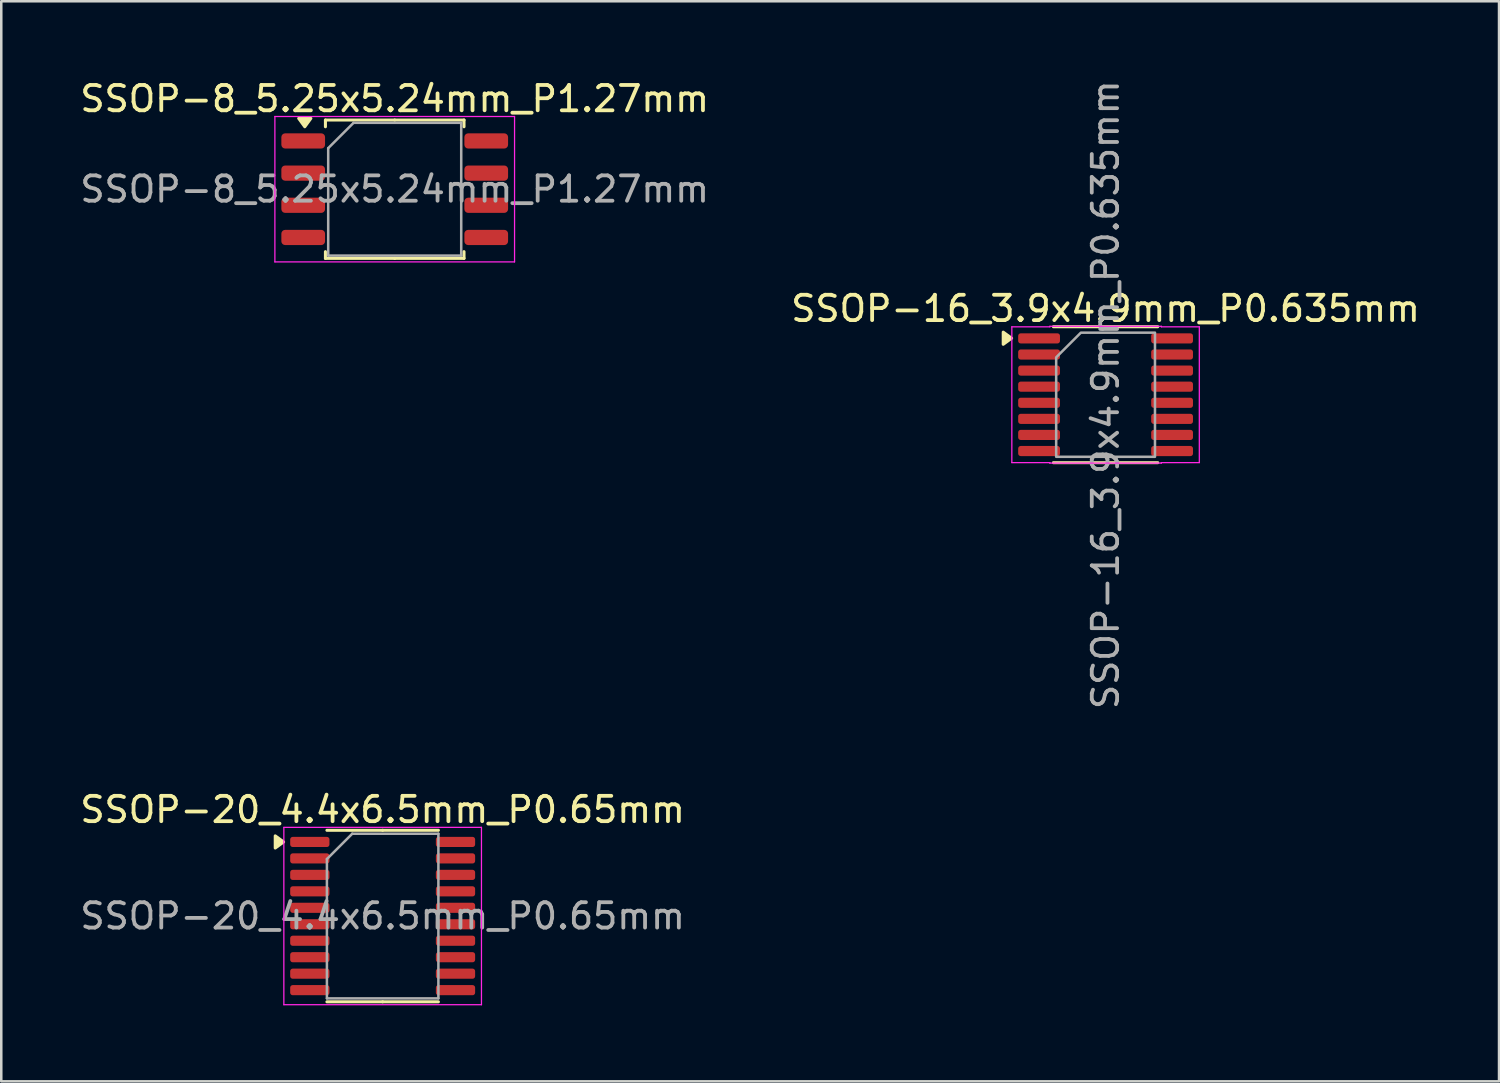
<source format=kicad_pcb>
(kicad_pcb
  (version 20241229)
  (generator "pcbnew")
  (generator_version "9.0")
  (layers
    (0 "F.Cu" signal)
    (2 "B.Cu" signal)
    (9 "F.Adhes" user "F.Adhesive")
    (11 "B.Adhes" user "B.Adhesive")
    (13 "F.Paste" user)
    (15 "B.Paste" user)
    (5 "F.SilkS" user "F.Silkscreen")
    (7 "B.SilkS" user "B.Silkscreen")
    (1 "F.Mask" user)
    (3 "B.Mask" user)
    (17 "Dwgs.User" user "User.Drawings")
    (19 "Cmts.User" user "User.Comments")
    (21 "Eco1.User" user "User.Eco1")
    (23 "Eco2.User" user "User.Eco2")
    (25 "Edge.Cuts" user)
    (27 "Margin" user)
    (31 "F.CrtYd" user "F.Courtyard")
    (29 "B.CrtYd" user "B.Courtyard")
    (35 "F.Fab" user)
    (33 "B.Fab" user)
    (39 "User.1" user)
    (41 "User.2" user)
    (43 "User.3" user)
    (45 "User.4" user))
  (footprint "SSOP-8_5.25x5.24mm_P1.27mm"
    (layer "F.Cu")
    (at 12.53 4.418)
    (property "Reference" "SSOP-8_5.25x5.24mm_P1.27mm" (at 0 -3.57 0) (layer "F.SilkS") (effects (font (size 1 1) (thickness 0.15))))
    (attr smd)
    (fp_line (start -2.735 -2.73) (end -2.735 -2.465) (stroke (width 0.12) (type solid)) (layer "F.SilkS"))
    (fp_line (start -2.735 2.73) (end -2.735 2.465) (stroke (width 0.12) (type solid)) (layer "F.SilkS"))
    (fp_line (start 0 -2.73) (end -2.735 -2.73) (stroke (width 0.12) (type solid)) (layer "F.SilkS"))
    (fp_line (start 0 -2.73) (end 2.735 -2.73) (stroke (width 0.12) (type solid)) (layer "F.SilkS"))
    (fp_line (start 0 2.73) (end -2.735 2.73) (stroke (width 0.12) (type solid)) (layer "F.SilkS"))
    (fp_line (start 0 2.73) (end 2.735 2.73) (stroke (width 0.12) (type solid)) (layer "F.SilkS"))
    (fp_line (start 2.735 -2.73) (end 2.735 -2.465) (stroke (width 0.12) (type solid)) (layer "F.SilkS"))
    (fp_line (start 2.735 2.73) (end 2.735 2.465) (stroke (width 0.12) (type solid)) (layer "F.SilkS"))
    (fp_poly (pts (xy -3.55 -2.465) (xy -3.79 -2.795) (xy -3.31 -2.795) (xy -3.55 -2.465)) (stroke (width 0.12) (type solid)) (fill yes) (layer "F.SilkS"))
    (fp_line (start -4.73 -2.87) (end -4.73 2.87) (stroke (width 0.05) (type solid)) (layer "F.CrtYd"))
    (fp_line (start -4.73 2.87) (end 4.73 2.87) (stroke (width 0.05) (type solid)) (layer "F.CrtYd"))
    (fp_line (start 4.73 -2.87) (end -4.73 -2.87) (stroke (width 0.05) (type solid)) (layer "F.CrtYd"))
    (fp_line (start 4.73 2.87) (end 4.73 -2.87) (stroke (width 0.05) (type solid)) (layer "F.CrtYd"))
    (fp_line (start -2.625 -1.62) (end -1.625 -2.62) (stroke (width 0.1) (type solid)) (layer "F.Fab"))
    (fp_line (start -2.625 2.62) (end -2.625 -1.62) (stroke (width 0.1) (type solid)) (layer "F.Fab"))
    (fp_line (start -1.625 -2.62) (end 2.625 -2.62) (stroke (width 0.1) (type solid)) (layer "F.Fab"))
    (fp_line (start 2.625 -2.62) (end 2.625 2.62) (stroke (width 0.1) (type solid)) (layer "F.Fab"))
    (fp_line (start 2.625 2.62) (end -2.625 2.62) (stroke (width 0.1) (type solid)) (layer "F.Fab"))
    (fp_text user "${REFERENCE}" (at 0 0 0) (layer "F.Fab") (effects (font (size 1 1) (thickness 0.15))))
    (pad "1" smd roundrect (at -3.612 -1.905) (size 1.725 0.6) (layers "F.Cu" "F.Mask" "F.Paste") (roundrect_rratio 0.25))
    (pad "2" smd roundrect (at -3.612 -0.635) (size 1.725 0.6) (layers "F.Cu" "F.Mask" "F.Paste") (roundrect_rratio 0.25))
    (pad "3" smd roundrect (at -3.612 0.635) (size 1.725 0.6) (layers "F.Cu" "F.Mask" "F.Paste") (roundrect_rratio 0.25))
    (pad "4" smd roundrect (at -3.612 1.905) (size 1.725 0.6) (layers "F.Cu" "F.Mask" "F.Paste") (roundrect_rratio 0.25))
    (pad "5" smd roundrect (at 3.612 1.905) (size 1.725 0.6) (layers "F.Cu" "F.Mask" "F.Paste") (roundrect_rratio 0.25))
    (pad "6" smd roundrect (at 3.612 0.635) (size 1.725 0.6) (layers "F.Cu" "F.Mask" "F.Paste") (roundrect_rratio 0.25))
    (pad "7" smd roundrect (at 3.612 -0.635) (size 1.725 0.6) (layers "F.Cu" "F.Mask" "F.Paste") (roundrect_rratio 0.25))
    (pad "8" smd roundrect (at 3.612 -1.905) (size 1.725 0.6) (layers "F.Cu" "F.Mask" "F.Paste") (roundrect_rratio 0.25)))
  (footprint "SSOP-20_4.4x6.5mm_P0.65mm"
    (layer "F.Cu")
    (at 12.054 33.108)
    (property "Reference" "SSOP-20_4.4x6.5mm_P0.65mm" (at 0 -4.2 0) (layer "F.SilkS") (effects (font (size 1 1) (thickness 0.15))))
    (attr smd)
    (fp_line (start 0 -3.385) (end -2.2 -3.385) (stroke (width 0.12) (type solid)) (layer "F.SilkS"))
    (fp_line (start 0 -3.385) (end 2.2 -3.385) (stroke (width 0.12) (type solid)) (layer "F.SilkS"))
    (fp_line (start 0 3.385) (end -2.2 3.385) (stroke (width 0.12) (type solid)) (layer "F.SilkS"))
    (fp_line (start 0 3.385) (end 2.2 3.385) (stroke (width 0.12) (type solid)) (layer "F.SilkS"))
    (fp_poly (pts (xy -3.91 -2.925) (xy -4.24 -2.685) (xy -4.24 -3.165) (xy -3.91 -2.925)) (stroke (width 0.12) (type solid)) (fill yes) (layer "F.SilkS"))
    (fp_line (start -3.9 -3.5) (end -3.9 3.5) (stroke (width 0.05) (type solid)) (layer "F.CrtYd"))
    (fp_line (start -3.9 3.5) (end 3.9 3.5) (stroke (width 0.05) (type solid)) (layer "F.CrtYd"))
    (fp_line (start 3.9 -3.5) (end -3.9 -3.5) (stroke (width 0.05) (type solid)) (layer "F.CrtYd"))
    (fp_line (start 3.9 3.5) (end 3.9 -3.5) (stroke (width 0.05) (type solid)) (layer "F.CrtYd"))
    (fp_line (start -2.2 -2.25) (end -1.2 -3.25) (stroke (width 0.1) (type solid)) (layer "F.Fab"))
    (fp_line (start -2.2 3.25) (end -2.2 -2.25) (stroke (width 0.1) (type solid)) (layer "F.Fab"))
    (fp_line (start -1.2 -3.25) (end 2.2 -3.25) (stroke (width 0.1) (type solid)) (layer "F.Fab"))
    (fp_line (start 2.2 -3.25) (end 2.2 3.25) (stroke (width 0.1) (type solid)) (layer "F.Fab"))
    (fp_line (start 2.2 3.25) (end -2.2 3.25) (stroke (width 0.1) (type solid)) (layer "F.Fab"))
    (fp_text user "${REFERENCE}" (at 0 0 0) (layer "F.Fab") (effects (font (size 1 1) (thickness 0.15))))
    (pad "1" smd roundrect (at -2.875 -2.925) (size 1.55 0.4) (layers "F.Cu" "F.Mask" "F.Paste") (roundrect_rratio 0.25))
    (pad "2" smd roundrect (at -2.875 -2.275) (size 1.55 0.4) (layers "F.Cu" "F.Mask" "F.Paste") (roundrect_rratio 0.25))
    (pad "3" smd roundrect (at -2.875 -1.625) (size 1.55 0.4) (layers "F.Cu" "F.Mask" "F.Paste") (roundrect_rratio 0.25))
    (pad "4" smd roundrect (at -2.875 -0.975) (size 1.55 0.4) (layers "F.Cu" "F.Mask" "F.Paste") (roundrect_rratio 0.25))
    (pad "5" smd roundrect (at -2.875 -0.325) (size 1.55 0.4) (layers "F.Cu" "F.Mask" "F.Paste") (roundrect_rratio 0.25))
    (pad "6" smd roundrect (at -2.875 0.325) (size 1.55 0.4) (layers "F.Cu" "F.Mask" "F.Paste") (roundrect_rratio 0.25))
    (pad "7" smd roundrect (at -2.875 0.975) (size 1.55 0.4) (layers "F.Cu" "F.Mask" "F.Paste") (roundrect_rratio 0.25))
    (pad "8" smd roundrect (at -2.875 1.625) (size 1.55 0.4) (layers "F.Cu" "F.Mask" "F.Paste") (roundrect_rratio 0.25))
    (pad "9" smd roundrect (at -2.875 2.275) (size 1.55 0.4) (layers "F.Cu" "F.Mask" "F.Paste") (roundrect_rratio 0.25))
    (pad "10" smd roundrect (at -2.875 2.925) (size 1.55 0.4) (layers "F.Cu" "F.Mask" "F.Paste") (roundrect_rratio 0.25))
    (pad "11" smd roundrect (at 2.875 2.925) (size 1.55 0.4) (layers "F.Cu" "F.Mask" "F.Paste") (roundrect_rratio 0.25))
    (pad "12" smd roundrect (at 2.875 2.275) (size 1.55 0.4) (layers "F.Cu" "F.Mask" "F.Paste") (roundrect_rratio 0.25))
    (pad "13" smd roundrect (at 2.875 1.625) (size 1.55 0.4) (layers "F.Cu" "F.Mask" "F.Paste") (roundrect_rratio 0.25))
    (pad "14" smd roundrect (at 2.875 0.975) (size 1.55 0.4) (layers "F.Cu" "F.Mask" "F.Paste") (roundrect_rratio 0.25))
    (pad "15" smd roundrect (at 2.875 0.325) (size 1.55 0.4) (layers "F.Cu" "F.Mask" "F.Paste") (roundrect_rratio 0.25))
    (pad "16" smd roundrect (at 2.875 -0.325) (size 1.55 0.4) (layers "F.Cu" "F.Mask" "F.Paste") (roundrect_rratio 0.25))
    (pad "17" smd roundrect (at 2.875 -0.975) (size 1.55 0.4) (layers "F.Cu" "F.Mask" "F.Paste") (roundrect_rratio 0.25))
    (pad "18" smd roundrect (at 2.875 -1.625) (size 1.55 0.4) (layers "F.Cu" "F.Mask" "F.Paste") (roundrect_rratio 0.25))
    (pad "19" smd roundrect (at 2.875 -2.275) (size 1.55 0.4) (layers "F.Cu" "F.Mask" "F.Paste") (roundrect_rratio 0.25))
    (pad "20" smd roundrect (at 2.875 -2.925) (size 1.55 0.4) (layers "F.Cu" "F.Mask" "F.Paste") (roundrect_rratio 0.25)))
  (footprint "SSOP-16_3.9x4.9mm_P0.635mm"
    (layer "F.Cu")
    (at 40.589 12.53)
    (property "Reference" "SSOP-16_3.9x4.9mm_P0.635mm" (at 0 -3.4 0) (layer "F.SilkS") (effects (font (size 1 1) (thickness 0.15))))
    (attr smd)
    (fp_line (start -2.06 -2.683) (end 2.06 -2.683) (stroke (width 0.12) (type solid)) (layer "F.SilkS"))
    (fp_line (start 2.06 2.683) (end -2.06 2.683) (stroke (width 0.12) (type solid)) (layer "F.SilkS"))
    (fp_poly (pts (xy -3.71 -2.23) (xy -4.04 -1.99) (xy -4.04 -2.47)) (stroke (width 0.12) (type solid)) (fill yes) (layer "F.SilkS"))
    (fp_line (start -3.7 -2.68) (end -2.2 -2.68) (stroke (width 0.05) (type solid)) (layer "F.CrtYd"))
    (fp_line (start -3.7 2.68) (end -3.7 -2.68) (stroke (width 0.05) (type solid)) (layer "F.CrtYd"))
    (fp_line (start -2.2 -2.7) (end 2.2 -2.7) (stroke (width 0.05) (type solid)) (layer "F.CrtYd"))
    (fp_line (start -2.2 -2.68) (end -2.2 -2.7) (stroke (width 0.05) (type solid)) (layer "F.CrtYd"))
    (fp_line (start -2.2 2.68) (end -3.7 2.68) (stroke (width 0.05) (type solid)) (layer "F.CrtYd"))
    (fp_line (start -2.2 2.7) (end -2.2 2.68) (stroke (width 0.05) (type solid)) (layer "F.CrtYd"))
    (fp_line (start 2.2 -2.7) (end 2.2 -2.68) (stroke (width 0.05) (type solid)) (layer "F.CrtYd"))
    (fp_line (start 2.2 -2.68) (end 3.7 -2.68) (stroke (width 0.05) (type solid)) (layer "F.CrtYd"))
    (fp_line (start 2.2 2.68) (end 2.2 2.7) (stroke (width 0.05) (type solid)) (layer "F.CrtYd"))
    (fp_line (start 2.2 2.7) (end -2.2 2.7) (stroke (width 0.05) (type solid)) (layer "F.CrtYd"))
    (fp_line (start 3.7 -2.68) (end 3.7 2.68) (stroke (width 0.05) (type solid)) (layer "F.CrtYd"))
    (fp_line (start 3.7 2.68) (end 2.2 2.68) (stroke (width 0.05) (type solid)) (layer "F.CrtYd"))
    (fp_poly (pts (xy -0.975 -2.45) (xy 1.95 -2.45) (xy 1.95 2.45) (xy -1.95 2.45) (xy -1.95 -1.475)) (stroke (width 0.1) (type solid)) (fill no) (layer "F.Fab"))
    (fp_text user "${REFERENCE}" (at 0 0 90) (layer "F.Fab") (effects (font (size 1 1) (thickness 0.15))))
    (pad "1" smd roundrect (at -2.625 -2.223) (size 1.65 0.4) (layers "F.Cu" "F.Mask" "F.Paste") (roundrect_rratio 0.25))
    (pad "2" smd roundrect (at -2.625 -1.587) (size 1.65 0.4) (layers "F.Cu" "F.Mask" "F.Paste") (roundrect_rratio 0.25))
    (pad "3" smd roundrect (at -2.625 -0.953) (size 1.65 0.4) (layers "F.Cu" "F.Mask" "F.Paste") (roundrect_rratio 0.25))
    (pad "4" smd roundrect (at -2.625 -0.318) (size 1.65 0.4) (layers "F.Cu" "F.Mask" "F.Paste") (roundrect_rratio 0.25))
    (pad "5" smd roundrect (at -2.625 0.318) (size 1.65 0.4) (layers "F.Cu" "F.Mask" "F.Paste") (roundrect_rratio 0.25))
    (pad "6" smd roundrect (at -2.625 0.953) (size 1.65 0.4) (layers "F.Cu" "F.Mask" "F.Paste") (roundrect_rratio 0.25))
    (pad "7" smd roundrect (at -2.625 1.587) (size 1.65 0.4) (layers "F.Cu" "F.Mask" "F.Paste") (roundrect_rratio 0.25))
    (pad "8" smd roundrect (at -2.625 2.223) (size 1.65 0.4) (layers "F.Cu" "F.Mask" "F.Paste") (roundrect_rratio 0.25))
    (pad "9" smd roundrect (at 2.625 2.223) (size 1.65 0.4) (layers "F.Cu" "F.Mask" "F.Paste") (roundrect_rratio 0.25))
    (pad "10" smd roundrect (at 2.625 1.587) (size 1.65 0.4) (layers "F.Cu" "F.Mask" "F.Paste") (roundrect_rratio 0.25))
    (pad "11" smd roundrect (at 2.625 0.953) (size 1.65 0.4) (layers "F.Cu" "F.Mask" "F.Paste") (roundrect_rratio 0.25))
    (pad "12" smd roundrect (at 2.625 0.318) (size 1.65 0.4) (layers "F.Cu" "F.Mask" "F.Paste") (roundrect_rratio 0.25))
    (pad "13" smd roundrect (at 2.625 -0.318) (size 1.65 0.4) (layers "F.Cu" "F.Mask" "F.Paste") (roundrect_rratio 0.25))
    (pad "14" smd roundrect (at 2.625 -0.953) (size 1.65 0.4) (layers "F.Cu" "F.Mask" "F.Paste") (roundrect_rratio 0.25))
    (pad "15" smd roundrect (at 2.625 -1.587) (size 1.65 0.4) (layers "F.Cu" "F.Mask" "F.Paste") (roundrect_rratio 0.25))
    (pad "16" smd roundrect (at 2.625 -2.223) (size 1.65 0.4) (layers "F.Cu" "F.Mask" "F.Paste") (roundrect_rratio 0.25)))
  (gr_rect
    (start -3 -3)
    (end 56.119 39.633)
    (stroke (width 0.1) (type default))
    (fill no)
    (layer "Edge.Cuts")))
</source>
